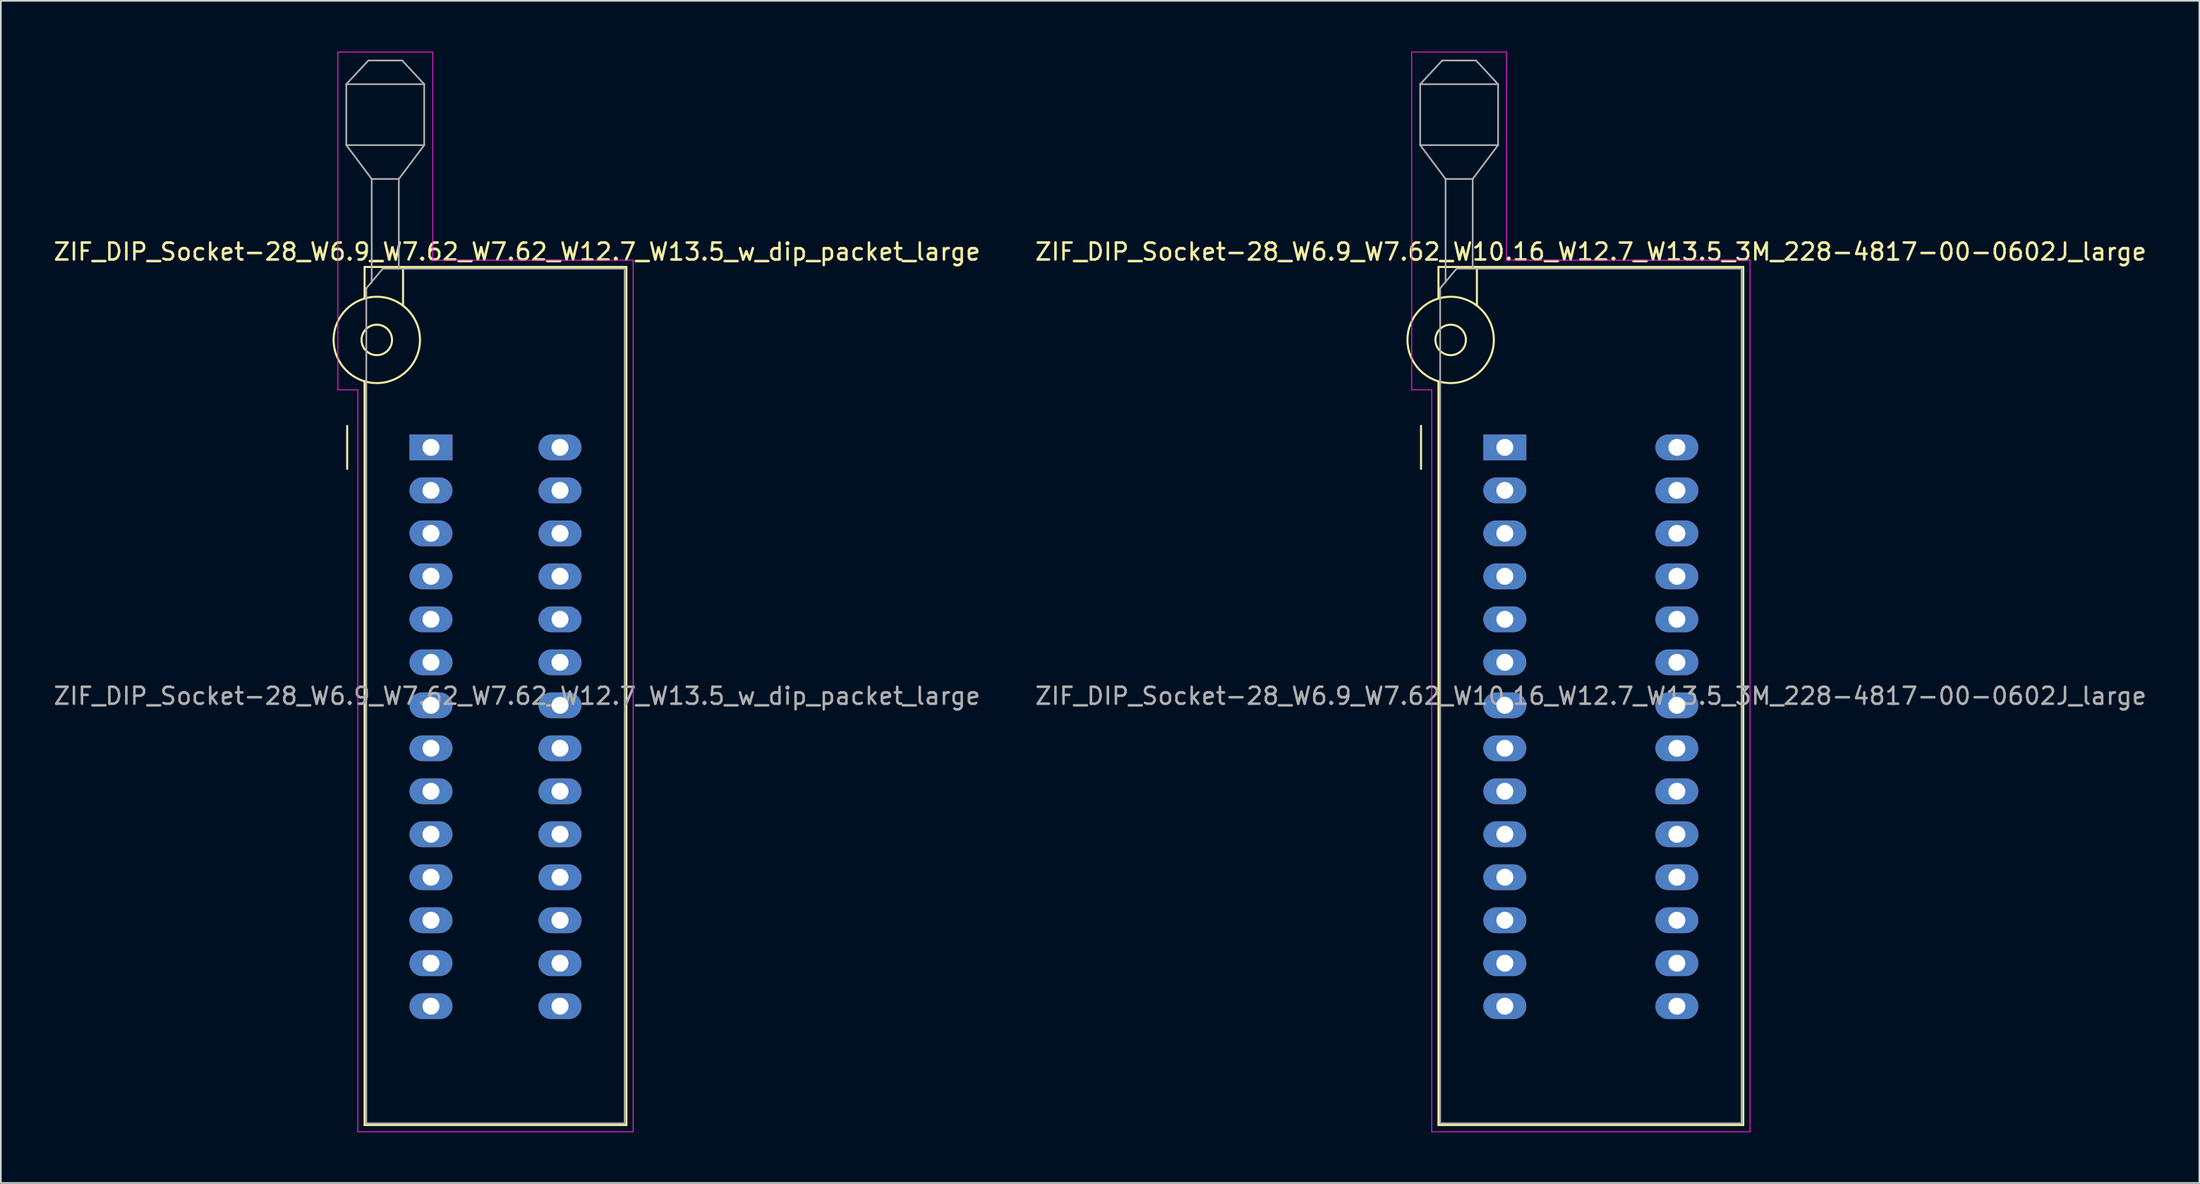
<source format=kicad_pcb>
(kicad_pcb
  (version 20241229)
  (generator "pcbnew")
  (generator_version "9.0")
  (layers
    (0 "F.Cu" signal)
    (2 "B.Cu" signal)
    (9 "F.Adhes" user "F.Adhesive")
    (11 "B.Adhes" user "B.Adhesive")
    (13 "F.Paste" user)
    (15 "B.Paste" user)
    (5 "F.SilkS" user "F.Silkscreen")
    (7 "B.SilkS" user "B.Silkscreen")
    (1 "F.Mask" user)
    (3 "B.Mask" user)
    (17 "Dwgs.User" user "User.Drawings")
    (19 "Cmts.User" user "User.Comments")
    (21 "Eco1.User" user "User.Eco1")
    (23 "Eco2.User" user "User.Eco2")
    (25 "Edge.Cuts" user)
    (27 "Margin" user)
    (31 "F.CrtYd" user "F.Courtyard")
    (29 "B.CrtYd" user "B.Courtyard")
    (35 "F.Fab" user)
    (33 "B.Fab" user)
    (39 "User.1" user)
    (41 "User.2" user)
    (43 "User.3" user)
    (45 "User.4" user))
  (footprint "ZIF_DIP_Socket-28_W6.9_W7.62_W10.16_W12.7_W13.5_3M_228-4817-00-0602J_large"
    (layer "F.Cu")
    (at 85.819 23.385)
    (property "Reference" "ZIF_DIP_Socket-28_W6.9_W7.62_W10.16_W12.7_W13.5_3M_228-4817-00-0602J_large" (at 5.08 -11.56 0) (layer "F.SilkS") (effects (font (size 1 1) (thickness 0.15))))
    (attr through_hole)
    (fp_line (start -4.95 1.27) (end -4.95 -1.27) (stroke (width 0.12) (type solid)) (layer "F.SilkS"))
    (fp_line (start -3.92 -10.66) (end -3.92 -8.8) (stroke (width 0.12) (type solid)) (layer "F.SilkS"))
    (fp_line (start -3.92 -3.9) (end -3.92 40.04) (stroke (width 0.12) (type solid)) (layer "F.SilkS"))
    (fp_line (start -3.92 40.04) (end 14.08 40.04) (stroke (width 0.12) (type solid)) (layer "F.SilkS"))
    (fp_line (start -1.65 -10.66) (end -1.65 -8.4) (stroke (width 0.12) (type solid)) (layer "F.SilkS"))
    (fp_line (start 14.08 -10.66) (end -3.92 -10.66) (stroke (width 0.12) (type solid)) (layer "F.SilkS"))
    (fp_line (start 14.08 40.04) (end 14.08 -10.66) (stroke (width 0.12) (type solid)) (layer "F.SilkS"))
    (fp_circle (center -3.2 -6.35) (end -2.3 -6.35) (stroke (width 0.12) (type solid)) (fill no) (layer "F.SilkS"))
    (fp_circle (center -3.2 -6.35) (end -0.65 -6.35) (stroke (width 0.12) (type solid)) (fill no) (layer "F.SilkS"))
    (fp_line (start -5.5 -23.36) (end 0.1 -23.36) (stroke (width 0.05) (type solid)) (layer "F.CrtYd"))
    (fp_line (start -5.5 -3.4) (end -5.5 -23.36) (stroke (width 0.05) (type solid)) (layer "F.CrtYd"))
    (fp_line (start -4.32 -3.4) (end -5.5 -3.4) (stroke (width 0.05) (type solid)) (layer "F.CrtYd"))
    (fp_line (start -4.32 40.44) (end -4.32 -3.4) (stroke (width 0.05) (type solid)) (layer "F.CrtYd"))
    (fp_line (start 0.1 -23.36) (end 0.1 -11.06) (stroke (width 0.05) (type solid)) (layer "F.CrtYd"))
    (fp_line (start 0.1 -11.06) (end 14.48 -11.06) (stroke (width 0.05) (type solid)) (layer "F.CrtYd"))
    (fp_line (start 14.48 -11.06) (end 14.48 40.44) (stroke (width 0.05) (type solid)) (layer "F.CrtYd"))
    (fp_line (start 14.48 40.44) (end -4.32 40.44) (stroke (width 0.05) (type solid)) (layer "F.CrtYd"))
    (fp_line (start -5 -21.46) (end -5 -17.86) (stroke (width 0.1) (type solid)) (layer "F.Fab"))
    (fp_line (start -5 -21.46) (end -3.7 -22.86) (stroke (width 0.1) (type solid)) (layer "F.Fab"))
    (fp_line (start -5 -17.86) (end -3.5 -15.86) (stroke (width 0.1) (type solid)) (layer "F.Fab"))
    (fp_line (start -5 -17.86) (end -0.4 -17.86) (stroke (width 0.1) (type solid)) (layer "F.Fab"))
    (fp_line (start -3.82 -9.4) (end -2.85 -10.56) (stroke (width 0.1) (type solid)) (layer "F.Fab"))
    (fp_line (start -3.82 39.94) (end -3.82 -9.4) (stroke (width 0.1) (type solid)) (layer "F.Fab"))
    (fp_line (start -3.7 -22.86) (end -1.7 -22.86) (stroke (width 0.1) (type solid)) (layer "F.Fab"))
    (fp_line (start -3.5 -15.86) (end -1.9 -15.86) (stroke (width 0.1) (type solid)) (layer "F.Fab"))
    (fp_line (start -3.5 -9.75) (end -3.5 -15.86) (stroke (width 0.1) (type solid)) (layer "F.Fab"))
    (fp_line (start -2.85 -10.56) (end 13.98 -10.56) (stroke (width 0.1) (type solid)) (layer "F.Fab"))
    (fp_line (start -1.9 -15.86) (end -1.9 -10.56) (stroke (width 0.1) (type solid)) (layer "F.Fab"))
    (fp_line (start -1.7 -22.86) (end -0.4 -21.46) (stroke (width 0.1) (type solid)) (layer "F.Fab"))
    (fp_line (start -0.4 -21.46) (end -5 -21.46) (stroke (width 0.1) (type solid)) (layer "F.Fab"))
    (fp_line (start -0.4 -17.86) (end -1.9 -15.86) (stroke (width 0.1) (type solid)) (layer "F.Fab"))
    (fp_line (start -0.4 -17.86) (end -0.4 -21.46) (stroke (width 0.1) (type solid)) (layer "F.Fab"))
    (fp_line (start 13.98 -10.56) (end 13.98 39.94) (stroke (width 0.1) (type solid)) (layer "F.Fab"))
    (fp_line (start 13.98 39.94) (end -3.82 39.94) (stroke (width 0.1) (type solid)) (layer "F.Fab"))
    (fp_text user "${REFERENCE}" (at 5.08 14.69 0) (layer "F.Fab") (effects (font (size 1 1) (thickness 0.15))))
    (pad "1" thru_hole rect (at 0 0) (size 2.54 1.524) (drill 1) (layers "*.Cu" "*.Mask"))
    (pad "2" thru_hole oval (at 0 2.54) (size 2.54 1.524) (drill 1) (layers "*.Cu" "*.Mask"))
    (pad "3" thru_hole oval (at 0 5.08) (size 2.54 1.524) (drill 1) (layers "*.Cu" "*.Mask"))
    (pad "4" thru_hole oval (at 0 7.62) (size 2.54 1.524) (drill 1) (layers "*.Cu" "*.Mask"))
    (pad "5" thru_hole oval (at 0 10.16) (size 2.54 1.524) (drill 1) (layers "*.Cu" "*.Mask"))
    (pad "6" thru_hole oval (at 0 12.7) (size 2.54 1.524) (drill 1) (layers "*.Cu" "*.Mask"))
    (pad "7" thru_hole oval (at 0 15.24) (size 2.54 1.524) (drill 1) (layers "*.Cu" "*.Mask"))
    (pad "8" thru_hole oval (at 0 17.78) (size 2.54 1.524) (drill 1) (layers "*.Cu" "*.Mask"))
    (pad "9" thru_hole oval (at 0 20.32) (size 2.54 1.524) (drill 1) (layers "*.Cu" "*.Mask"))
    (pad "10" thru_hole oval (at 0 22.86) (size 2.54 1.524) (drill 1) (layers "*.Cu" "*.Mask"))
    (pad "11" thru_hole oval (at 0 25.4) (size 2.54 1.524) (drill 1) (layers "*.Cu" "*.Mask"))
    (pad "12" thru_hole oval (at 0 27.94) (size 2.54 1.524) (drill 1) (layers "*.Cu" "*.Mask"))
    (pad "13" thru_hole oval (at 0 30.48) (size 2.54 1.524) (drill 1) (layers "*.Cu" "*.Mask"))
    (pad "14" thru_hole oval (at 0 33.02) (size 2.54 1.524) (drill 1) (layers "*.Cu" "*.Mask"))
    (pad "15" thru_hole oval (at 10.16 33.02) (size 2.54 1.524) (drill 1) (layers "*.Cu" "*.Mask"))
    (pad "16" thru_hole oval (at 10.16 30.48) (size 2.54 1.524) (drill 1) (layers "*.Cu" "*.Mask"))
    (pad "17" thru_hole oval (at 10.16 27.94) (size 2.54 1.524) (drill 1) (layers "*.Cu" "*.Mask"))
    (pad "18" thru_hole oval (at 10.16 25.4) (size 2.54 1.524) (drill 1) (layers "*.Cu" "*.Mask"))
    (pad "19" thru_hole oval (at 10.16 22.86) (size 2.54 1.524) (drill 1) (layers "*.Cu" "*.Mask"))
    (pad "20" thru_hole oval (at 10.16 20.32) (size 2.54 1.524) (drill 1) (layers "*.Cu" "*.Mask"))
    (pad "21" thru_hole oval (at 10.16 17.78) (size 2.54 1.524) (drill 1) (layers "*.Cu" "*.Mask"))
    (pad "22" thru_hole oval (at 10.16 15.24) (size 2.54 1.524) (drill 1) (layers "*.Cu" "*.Mask"))
    (pad "23" thru_hole oval (at 10.16 12.7) (size 2.54 1.524) (drill 1) (layers "*.Cu" "*.Mask"))
    (pad "24" thru_hole oval (at 10.16 10.16) (size 2.54 1.524) (drill 1) (layers "*.Cu" "*.Mask"))
    (pad "25" thru_hole oval (at 10.16 7.62) (size 2.54 1.524) (drill 1) (layers "*.Cu" "*.Mask"))
    (pad "26" thru_hole oval (at 10.16 5.08) (size 2.54 1.524) (drill 1) (layers "*.Cu" "*.Mask"))
    (pad "27" thru_hole oval (at 10.16 2.54) (size 2.54 1.524) (drill 1) (layers "*.Cu" "*.Mask"))
    (pad "28" thru_hole oval (at 10.16 0) (size 2.54 1.524) (drill 1) (layers "*.Cu" "*.Mask")))
  (footprint "ZIF_DIP_Socket-28_W6.9_W7.62_W7.62_W12.7_W13.5_w_dip_packet_large"
    (layer "F.Cu")
    (at 22.402 23.385)
    (property "Reference" "ZIF_DIP_Socket-28_W6.9_W7.62_W7.62_W12.7_W13.5_w_dip_packet_large" (at 5.08 -11.56 0) (layer "F.SilkS") (effects (font (size 1 1) (thickness 0.15))))
    (attr through_hole)
    (fp_line (start -4.95 1.27) (end -4.95 -1.27) (stroke (width 0.12) (type solid)) (layer "F.SilkS"))
    (fp_line (start -3.92 -10.66) (end -3.92 -8.8) (stroke (width 0.12) (type solid)) (layer "F.SilkS"))
    (fp_line (start -3.92 -3.9) (end -3.92 40.04) (stroke (width 0.12) (type solid)) (layer "F.SilkS"))
    (fp_line (start -3.92 40.04) (end 11.54 40.04) (stroke (width 0.12) (type solid)) (layer "F.SilkS"))
    (fp_line (start -1.65 -10.66) (end -1.65 -8.4) (stroke (width 0.12) (type solid)) (layer "F.SilkS"))
    (fp_line (start 11.54 -10.66) (end -3.92 -10.66) (stroke (width 0.12) (type solid)) (layer "F.SilkS"))
    (fp_line (start 11.54 40.04) (end 11.54 -10.66) (stroke (width 0.12) (type solid)) (layer "F.SilkS"))
    (fp_circle (center -3.2 -6.35) (end -2.3 -6.35) (stroke (width 0.12) (type solid)) (fill no) (layer "F.SilkS"))
    (fp_circle (center -3.2 -6.35) (end -0.65 -6.35) (stroke (width 0.12) (type solid)) (fill no) (layer "F.SilkS"))
    (fp_line (start -5.5 -23.36) (end 0.1 -23.36) (stroke (width 0.05) (type solid)) (layer "F.CrtYd"))
    (fp_line (start -5.5 -3.4) (end -5.5 -23.36) (stroke (width 0.05) (type solid)) (layer "F.CrtYd"))
    (fp_line (start -4.32 -3.4) (end -5.5 -3.4) (stroke (width 0.05) (type solid)) (layer "F.CrtYd"))
    (fp_line (start -4.32 40.44) (end -4.32 -3.4) (stroke (width 0.05) (type solid)) (layer "F.CrtYd"))
    (fp_line (start 0.1 -23.36) (end 0.1 -11.06) (stroke (width 0.05) (type solid)) (layer "F.CrtYd"))
    (fp_line (start 0.1 -11.06) (end 11.94 -11.06) (stroke (width 0.05) (type solid)) (layer "F.CrtYd"))
    (fp_line (start 11.94 -11.06) (end 11.94 40.44) (stroke (width 0.05) (type solid)) (layer "F.CrtYd"))
    (fp_line (start 11.94 40.44) (end -4.32 40.44) (stroke (width 0.05) (type solid)) (layer "F.CrtYd"))
    (fp_line (start -5 -21.46) (end -5 -17.86) (stroke (width 0.1) (type solid)) (layer "F.Fab"))
    (fp_line (start -5 -21.46) (end -3.7 -22.86) (stroke (width 0.1) (type solid)) (layer "F.Fab"))
    (fp_line (start -5 -17.86) (end -3.5 -15.86) (stroke (width 0.1) (type solid)) (layer "F.Fab"))
    (fp_line (start -5 -17.86) (end -0.4 -17.86) (stroke (width 0.1) (type solid)) (layer "F.Fab"))
    (fp_line (start -3.82 -9.4) (end -2.85 -10.56) (stroke (width 0.1) (type solid)) (layer "F.Fab"))
    (fp_line (start -3.82 39.94) (end -3.82 -9.4) (stroke (width 0.1) (type solid)) (layer "F.Fab"))
    (fp_line (start -3.7 -22.86) (end -1.7 -22.86) (stroke (width 0.1) (type solid)) (layer "F.Fab"))
    (fp_line (start -3.5 -15.86) (end -1.9 -15.86) (stroke (width 0.1) (type solid)) (layer "F.Fab"))
    (fp_line (start -3.5 -9.75) (end -3.5 -15.86) (stroke (width 0.1) (type solid)) (layer "F.Fab"))
    (fp_line (start -2.85 -10.56) (end 11.44 -10.56) (stroke (width 0.1) (type solid)) (layer "F.Fab"))
    (fp_line (start -1.9 -15.86) (end -1.9 -10.56) (stroke (width 0.1) (type solid)) (layer "F.Fab"))
    (fp_line (start -1.7 -22.86) (end -0.4 -21.46) (stroke (width 0.1) (type solid)) (layer "F.Fab"))
    (fp_line (start -0.4 -21.46) (end -5 -21.46) (stroke (width 0.1) (type solid)) (layer "F.Fab"))
    (fp_line (start -0.4 -17.86) (end -1.9 -15.86) (stroke (width 0.1) (type solid)) (layer "F.Fab"))
    (fp_line (start -0.4 -17.86) (end -0.4 -21.46) (stroke (width 0.1) (type solid)) (layer "F.Fab"))
    (fp_line (start 11.44 -10.56) (end 11.44 39.94) (stroke (width 0.1) (type solid)) (layer "F.Fab"))
    (fp_line (start 11.44 39.94) (end -3.82 39.94) (stroke (width 0.1) (type solid)) (layer "F.Fab"))
    (fp_text user "${REFERENCE}" (at 5.08 14.69 0) (layer "F.Fab") (effects (font (size 1 1) (thickness 0.15))))
    (pad "1" thru_hole rect (at 0 0) (size 2.54 1.524) (drill 1) (layers "*.Cu" "*.Mask"))
    (pad "2" thru_hole oval (at 0 2.54) (size 2.54 1.524) (drill 1) (layers "*.Cu" "*.Mask"))
    (pad "3" thru_hole oval (at 0 5.08) (size 2.54 1.524) (drill 1) (layers "*.Cu" "*.Mask"))
    (pad "4" thru_hole oval (at 0 7.62) (size 2.54 1.524) (drill 1) (layers "*.Cu" "*.Mask"))
    (pad "5" thru_hole oval (at 0 10.16) (size 2.54 1.524) (drill 1) (layers "*.Cu" "*.Mask"))
    (pad "6" thru_hole oval (at 0 12.7) (size 2.54 1.524) (drill 1) (layers "*.Cu" "*.Mask"))
    (pad "7" thru_hole oval (at 0 15.24) (size 2.54 1.524) (drill 1) (layers "*.Cu" "*.Mask"))
    (pad "8" thru_hole oval (at 0 17.78) (size 2.54 1.524) (drill 1) (layers "*.Cu" "*.Mask"))
    (pad "9" thru_hole oval (at 0 20.32) (size 2.54 1.524) (drill 1) (layers "*.Cu" "*.Mask"))
    (pad "10" thru_hole oval (at 0 22.86) (size 2.54 1.524) (drill 1) (layers "*.Cu" "*.Mask"))
    (pad "11" thru_hole oval (at 0 25.4) (size 2.54 1.524) (drill 1) (layers "*.Cu" "*.Mask"))
    (pad "12" thru_hole oval (at 0 27.94) (size 2.54 1.524) (drill 1) (layers "*.Cu" "*.Mask"))
    (pad "13" thru_hole oval (at 0 30.48) (size 2.54 1.524) (drill 1) (layers "*.Cu" "*.Mask"))
    (pad "14" thru_hole oval (at 0 33.02) (size 2.54 1.524) (drill 1) (layers "*.Cu" "*.Mask"))
    (pad "15" thru_hole oval (at 7.62 33.02) (size 2.54 1.524) (drill 1) (layers "*.Cu" "*.Mask"))
    (pad "16" thru_hole oval (at 7.62 30.48) (size 2.54 1.524) (drill 1) (layers "*.Cu" "*.Mask"))
    (pad "17" thru_hole oval (at 7.62 27.94) (size 2.54 1.524) (drill 1) (layers "*.Cu" "*.Mask"))
    (pad "18" thru_hole oval (at 7.62 25.4) (size 2.54 1.524) (drill 1) (layers "*.Cu" "*.Mask"))
    (pad "19" thru_hole oval (at 7.62 22.86) (size 2.54 1.524) (drill 1) (layers "*.Cu" "*.Mask"))
    (pad "20" thru_hole oval (at 7.62 20.32) (size 2.54 1.524) (drill 1) (layers "*.Cu" "*.Mask"))
    (pad "21" thru_hole oval (at 7.62 17.78) (size 2.54 1.524) (drill 1) (layers "*.Cu" "*.Mask"))
    (pad "22" thru_hole oval (at 7.62 15.24) (size 2.54 1.524) (drill 1) (layers "*.Cu" "*.Mask"))
    (pad "23" thru_hole oval (at 7.62 12.7) (size 2.54 1.524) (drill 1) (layers "*.Cu" "*.Mask"))
    (pad "24" thru_hole oval (at 7.62 10.16) (size 2.54 1.524) (drill 1) (layers "*.Cu" "*.Mask"))
    (pad "25" thru_hole oval (at 7.62 7.62) (size 2.54 1.524) (drill 1) (layers "*.Cu" "*.Mask"))
    (pad "26" thru_hole oval (at 7.62 5.08) (size 2.54 1.524) (drill 1) (layers "*.Cu" "*.Mask"))
    (pad "27" thru_hole oval (at 7.62 2.54) (size 2.54 1.524) (drill 1) (layers "*.Cu" "*.Mask"))
    (pad "28" thru_hole oval (at 7.62 0) (size 2.54 1.524) (drill 1) (layers "*.Cu" "*.Mask")))
  (gr_rect
    (start -3 -3)
    (end 126.833 66.85)
    (stroke (width 0.1) (type default))
    (fill no)
    (layer "Edge.Cuts")))
</source>
